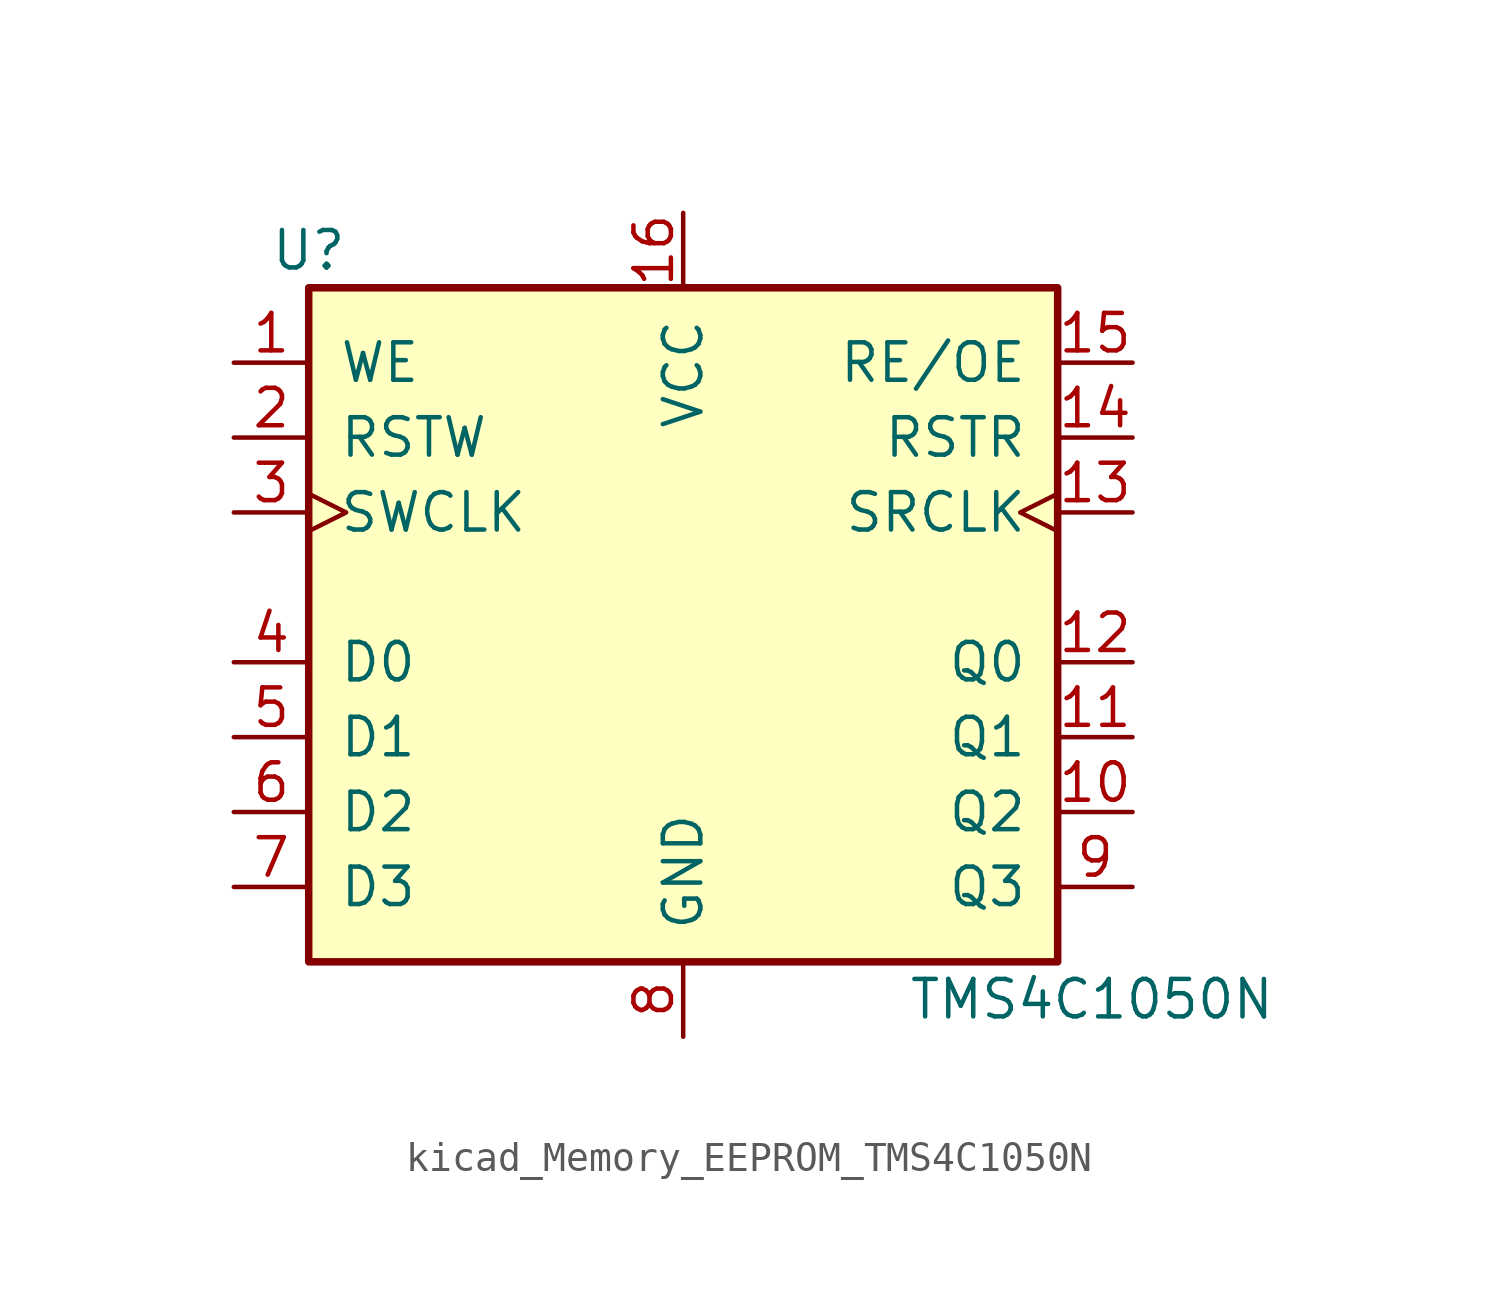
<source format=kicad_sym>
(kicad_symbol_lib
  (version 20220914)
  (generator kicad_symbol_editor)
  (symbol "kicad_Memory_EEPROM_TMS4C1050N"
    (pin_names
      (offset 1.016))
    (property "Reference" "U"
      (at -12.7 11.43 0)
      (effects (font (size 1.27 1.27))))
    (property "Value" "TMS4C1050N"
      (at 7.62 -13.97 0)
      (effects (font (size 1.27 1.27)) (justify left)))
    (symbol "kicad_Memory_EEPROM_TMS4C1050N_1_1"
      (rectangle (start -12.7 10.16) (end 12.7 -12.7) (stroke (width 0.254) (type default)) (fill (type background)))
      (pin input line (at -15.24 7.62 0) (length 2.54) (name "WE" (effects (font (size 1.27 1.27)))) (number "1" (effects (font (size 1.27 1.27)))))
      (pin tri_state line (at 15.24 -7.62 180) (length 2.54) (name "Q2" (effects (font (size 1.27 1.27)))) (number "10" (effects (font (size 1.27 1.27)))))
      (pin tri_state line (at 15.24 -5.08 180) (length 2.54) (name "Q1" (effects (font (size 1.27 1.27)))) (number "11" (effects (font (size 1.27 1.27)))))
      (pin tri_state line (at 15.24 -2.54 180) (length 2.54) (name "Q0" (effects (font (size 1.27 1.27)))) (number "12" (effects (font (size 1.27 1.27)))))
      (pin input clock (at 15.24 2.54 180) (length 2.54) (name "SRCLK" (effects (font (size 1.27 1.27)))) (number "13" (effects (font (size 1.27 1.27)))))
      (pin input line (at 15.24 5.08 180) (length 2.54) (name "RSTR" (effects (font (size 1.27 1.27)))) (number "14" (effects (font (size 1.27 1.27)))))
      (pin input line (at 15.24 7.62 180) (length 2.54) (name "RE/OE" (effects (font (size 1.27 1.27)))) (number "15" (effects (font (size 1.27 1.27)))))
      (pin power_in line (at 0 12.7 270) (length 2.54) (name "VCC" (effects (font (size 1.27 1.27)))) (number "16" (effects (font (size 1.27 1.27)))))
      (pin input line (at -15.24 5.08 0) (length 2.54) (name "RSTW" (effects (font (size 1.27 1.27)))) (number "2" (effects (font (size 1.27 1.27)))))
      (pin input clock (at -15.24 2.54 0) (length 2.54) (name "SWCLK" (effects (font (size 1.27 1.27)))) (number "3" (effects (font (size 1.27 1.27)))))
      (pin input line (at -15.24 -2.54 0) (length 2.54) (name "D0" (effects (font (size 1.27 1.27)))) (number "4" (effects (font (size 1.27 1.27)))))
      (pin input line (at -15.24 -5.08 0) (length 2.54) (name "D1" (effects (font (size 1.27 1.27)))) (number "5" (effects (font (size 1.27 1.27)))))
      (pin input line (at -15.24 -7.62 0) (length 2.54) (name "D2" (effects (font (size 1.27 1.27)))) (number "6" (effects (font (size 1.27 1.27)))))
      (pin input line (at -15.24 -10.16 0) (length 2.54) (name "D3" (effects (font (size 1.27 1.27)))) (number "7" (effects (font (size 1.27 1.27)))))
      (pin power_in line (at 0 -15.24 90) (length 2.54) (name "GND" (effects (font (size 1.27 1.27)))) (number "8" (effects (font (size 1.27 1.27)))))
      (pin tri_state line (at 15.24 -10.16 180) (length 2.54) (name "Q3" (effects (font (size 1.27 1.27)))) (number "9" (effects (font (size 1.27 1.27))))))))
</source>
